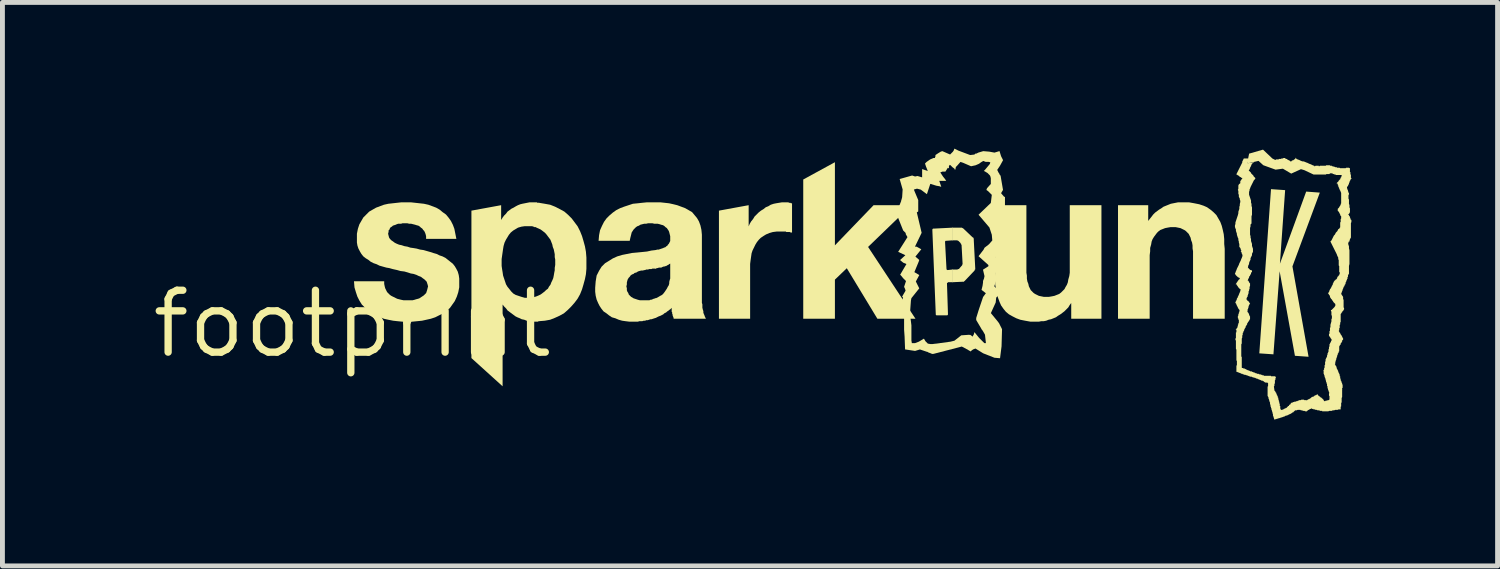
<source format=kicad_pcb>
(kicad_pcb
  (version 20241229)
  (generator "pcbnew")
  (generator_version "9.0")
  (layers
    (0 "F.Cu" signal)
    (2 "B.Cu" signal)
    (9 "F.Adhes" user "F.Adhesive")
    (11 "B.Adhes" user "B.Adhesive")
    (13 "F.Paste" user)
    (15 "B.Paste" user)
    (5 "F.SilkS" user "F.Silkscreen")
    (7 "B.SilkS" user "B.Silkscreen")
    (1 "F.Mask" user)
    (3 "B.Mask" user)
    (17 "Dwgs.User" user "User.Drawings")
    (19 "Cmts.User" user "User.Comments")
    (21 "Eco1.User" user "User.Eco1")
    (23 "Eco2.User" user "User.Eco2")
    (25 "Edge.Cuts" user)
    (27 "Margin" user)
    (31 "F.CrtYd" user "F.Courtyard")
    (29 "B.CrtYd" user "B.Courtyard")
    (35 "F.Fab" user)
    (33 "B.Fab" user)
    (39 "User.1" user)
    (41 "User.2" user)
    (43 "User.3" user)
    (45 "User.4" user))
  (footprint "footprint"
    (layer "F.Cu")
    (at 4.18 3.597)
    (property "Reference" "footprint" (at 0 0 0) (layer "F.SilkS") (effects (font (size 1.27 1.27) (thickness 0.15))))
    (fp_poly (pts (xy 12.645 0.538) (xy 12.509 0.465) (xy 11.931 0.615) (xy 11.895 0.615) (xy 11.895 0.416) (xy 12.279 0.365) (xy 12.358 0.345) (xy 12.498 0.235) (xy 12.645 0.225)) (stroke (width 0) (type solid)) (fill yes) (layer "F.SilkS"))
    (fp_poly (pts (xy 19.145 -2.745) (xy 19.038 -1.235) (xy 19.577 -2.715) (xy 19.857 -2.694) (xy 19.295 -1.18) (xy 19.626 0.675) (xy 19.346 0.655) (xy 19.032 -1.08) (xy 18.905 0.625) (xy 18.615 0.605) (xy 18.855 -2.765)) (stroke (width 0) (type solid)) (fill yes) (layer "F.SilkS"))
    (fp_poly (pts (xy 9.905 -1.612) (xy 10.698 -2.435) (xy 11.472 -2.435) (xy 10.586 -1.579) (xy 11.559 -0.105) (xy 10.777 -0.105) (xy 10.149 -1.142) (xy 9.905 -0.908) (xy 9.905 -0.105) (xy 9.255 -0.105) (xy 9.255 -2.963) (xy 9.905 -3.318)) (stroke (width 0) (type solid)) (fill yes) (layer "F.SilkS"))
    (fp_poly (pts (xy 12.325 -1.715) (xy 12.19 -1.705) (xy 12.175 -1.705) (xy 12.175 -1.695) (xy 12.165 -1.695) (xy 12.165 -1.69) (xy 12.195 -1.13) (xy 12.195 -1.115) (xy 12.202 -1.115) (xy 12.212 -1.105) (xy 12.22 -1.105) (xy 12.325 -1.116) (xy 12.325 -0.855) (xy 12.225 -0.855) (xy 12.225 -0.845) (xy 12.212 -0.845) (xy 12.205 -0.838) (xy 12.205 -0.83) (xy 12.225 -0.21) (xy 12.225 -0.185) (xy 12.215 -0.185) (xy 12.215 -0.175) (xy 11.988 -0.175) (xy 11.975 -0.188) (xy 11.975 -0.2) (xy 11.905 -1.92) (xy 11.905 -1.945) (xy 11.915 -1.945) (xy 11.915 -1.955) (xy 11.93 -1.955) (xy 12.325 -1.975)) (stroke (width 0) (type solid)) (fill yes) (layer "F.SilkS"))
    (fp_poly (pts (xy 12.522 -1.965) (xy 12.532 -1.965) (xy 12.732 -1.775) (xy 12.745 -1.775) (xy 12.745 -1.762) (xy 12.755 -1.752) (xy 12.755 -1.72) (xy 12.785 -1.14) (xy 12.785 -1.115) (xy 12.775 -1.115) (xy 12.775 -1.095) (xy 12.765 -1.095) (xy 12.765 -1.088) (xy 12.574 -0.887) (xy 12.562 -0.875) (xy 12.555 -0.875) (xy 12.555 -0.865) (xy 12.53 -0.865) (xy 12.315 -0.855) (xy 12.315 -1.115) (xy 12.425 -1.115) (xy 12.425 -1.125) (xy 12.448 -1.125) (xy 12.456 -1.133) (xy 12.508 -1.195) (xy 12.515 -1.195) (xy 12.515 -1.212) (xy 12.525 -1.222) (xy 12.525 -1.24) (xy 12.505 -1.61) (xy 12.505 -1.625) (xy 12.495 -1.625) (xy 12.495 -1.645) (xy 12.485 -1.645) (xy 12.485 -1.658) (xy 12.438 -1.705) (xy 12.428 -1.705) (xy 12.418 -1.715) (xy 12.315 -1.715) (xy 12.315 -1.975) (xy 12.512 -1.975)) (stroke (width 0) (type solid)) (fill yes) (layer "F.SilkS"))
    (fp_poly (pts (xy 8.962 -2.485) (xy 8.992 -2.485) (xy 9.002 -2.475) (xy 9.025 -2.475) (xy 9.025 -1.875) (xy 8.999 -1.875) (xy 8.979 -1.885) (xy 8.908 -1.885) (xy 8.898 -1.895) (xy 8.71 -1.895) (xy 8.631 -1.885) (xy 8.562 -1.865) (xy 8.492 -1.836) (xy 8.443 -1.806) (xy 8.383 -1.766) (xy 8.344 -1.727) (xy 8.304 -1.677) (xy 8.274 -1.628) (xy 8.215 -1.508) (xy 8.195 -1.449) (xy 8.175 -1.309) (xy 8.165 -1.23) (xy 8.165 -0.105) (xy 7.525 -0.105) (xy 7.525 -2.324) (xy 8.135 -2.436) (xy 8.135 -2.005) (xy 8.137 -2.005) (xy 8.156 -2.052) (xy 8.186 -2.103) (xy 8.226 -2.153) (xy 8.256 -2.203) (xy 8.337 -2.284) (xy 8.387 -2.324) (xy 8.437 -2.354) (xy 8.487 -2.394) (xy 8.538 -2.414) (xy 8.588 -2.445) (xy 8.649 -2.465) (xy 8.699 -2.475) (xy 8.82 -2.495) (xy 8.952 -2.495)) (stroke (width 0) (type solid)) (fill yes) (layer "F.SilkS"))
    (fp_poly (pts (xy 20.225 0.965) (xy 20.235 0.965) (xy 20.235 0.988) (xy 20.245 0.998) (xy 20.245 1.008) (xy 20.255 1.018) (xy 20.255 1.035) (xy 20.265 1.035) (xy 20.265 1.075) (xy 20.275 1.075) (xy 20.275 1.118) (xy 20.285 1.128) (xy 20.285 1.158) (xy 20.295 1.168) (xy 20.295 1.178) (xy 20.305 1.188) (xy 20.305 1.208) (xy 20.315 1.218) (xy 20.315 1.238) (xy 20.325 1.248) (xy 20.325 1.315) (xy 20.315 1.315) (xy 20.315 1.345) (xy 20.025 1.345) (xy 20.025 1.325) (xy 20.015 1.325) (xy 20.015 1.282) (xy 20.005 1.272) (xy 20.005 1.232) (xy 19.995 1.222) (xy 19.995 1.202) (xy 19.985 1.192) (xy 19.985 1.171) (xy 19.975 1.151) (xy 19.975 1.131) (xy 19.965 1.111) (xy 19.965 1.102) (xy 19.955 1.092) (xy 19.955 1.062) (xy 19.945 1.052) (xy 19.945 1.041) (xy 19.935 1.021) (xy 19.935 0.945) (xy 20.225 0.945)) (stroke (width 0) (type solid)) (fill yes) (layer "F.SilkS"))
    (fp_poly (pts (xy 13.835 -1.05) (xy 13.845 -0.99) (xy 13.845 -0.93) (xy 13.855 -0.871) (xy 13.875 -0.821) (xy 13.885 -0.772) (xy 13.924 -0.693) (xy 13.983 -0.634) (xy 14.013 -0.614) (xy 14.092 -0.575) (xy 14.19 -0.555) (xy 14.3 -0.555) (xy 14.359 -0.565) (xy 14.409 -0.575) (xy 14.508 -0.614) (xy 14.547 -0.644) (xy 14.616 -0.713) (xy 14.636 -0.752) (xy 14.666 -0.802) (xy 14.685 -0.851) (xy 14.695 -0.911) (xy 14.715 -0.981) (xy 14.725 -1.05) (xy 14.725 -2.435) (xy 15.375 -2.435) (xy 15.375 -0.105) (xy 14.755 -0.105) (xy 14.755 -0.425) (xy 14.752 -0.425) (xy 14.724 -0.387) (xy 14.694 -0.337) (xy 14.613 -0.256) (xy 14.533 -0.196) (xy 14.483 -0.166) (xy 14.442 -0.136) (xy 14.341 -0.095) (xy 14.291 -0.085) (xy 14.241 -0.065) (xy 14.19 -0.055) (xy 14.14 -0.055) (xy 14.09 -0.045) (xy 13.92 -0.045) (xy 13.809 -0.065) (xy 13.709 -0.085) (xy 13.628 -0.115) (xy 13.548 -0.156) (xy 13.477 -0.196) (xy 13.416 -0.246) (xy 13.366 -0.307) (xy 13.316 -0.378) (xy 13.285 -0.448) (xy 13.225 -0.609) (xy 13.215 -0.699) (xy 13.195 -0.8) (xy 13.195 -2.435) (xy 13.835 -2.435)) (stroke (width 0) (type solid)) (fill yes) (layer "F.SilkS"))
    (fp_poly (pts (xy 17.281 -2.475) (xy 17.381 -2.455) (xy 17.472 -2.425) (xy 17.542 -2.394) (xy 17.613 -2.344) (xy 17.673 -2.294) (xy 17.734 -2.233) (xy 17.815 -2.092) (xy 17.845 -2.011) (xy 17.865 -1.931) (xy 17.885 -1.841) (xy 17.895 -1.74) (xy 17.895 -1.64) (xy 17.905 -1.54) (xy 17.905 -0.105) (xy 17.255 -0.105) (xy 17.255 -1.49) (xy 17.245 -1.55) (xy 17.245 -1.61) (xy 17.235 -1.669) (xy 17.215 -1.719) (xy 17.205 -1.768) (xy 17.166 -1.847) (xy 17.107 -1.906) (xy 17.077 -1.926) (xy 16.998 -1.965) (xy 16.9 -1.985) (xy 16.79 -1.985) (xy 16.731 -1.975) (xy 16.681 -1.965) (xy 16.582 -1.926) (xy 16.543 -1.896) (xy 16.514 -1.867) (xy 16.454 -1.787) (xy 16.424 -1.738) (xy 16.405 -1.689) (xy 16.395 -1.629) (xy 16.375 -1.559) (xy 16.375 -1.49) (xy 16.365 -1.41) (xy 16.365 -0.105) (xy 15.715 -0.105) (xy 15.715 -2.435) (xy 16.335 -2.435) (xy 16.335 -2.115) (xy 16.337 -2.115) (xy 16.366 -2.153) (xy 16.406 -2.203) (xy 16.436 -2.243) (xy 16.477 -2.284) (xy 16.557 -2.344) (xy 16.607 -2.374) (xy 16.648 -2.404) (xy 16.799 -2.465) (xy 16.95 -2.495) (xy 17.17 -2.495)) (stroke (width 0) (type solid)) (fill yes) (layer "F.SilkS"))
    (fp_poly (pts (xy 3.951 -2.465) (xy 4.061 -2.445) (xy 4.162 -2.405) (xy 4.262 -2.354) (xy 4.353 -2.304) (xy 4.433 -2.234) (xy 4.504 -2.163) (xy 4.624 -2.003) (xy 4.675 -1.902) (xy 4.715 -1.802) (xy 4.745 -1.701) (xy 4.775 -1.591) (xy 4.795 -1.481) (xy 4.805 -1.36) (xy 4.805 -1.13) (xy 4.795 -1.019) (xy 4.775 -0.919) (xy 4.745 -0.809) (xy 4.715 -0.708) (xy 4.675 -0.608) (xy 4.624 -0.517) (xy 4.564 -0.437) (xy 4.494 -0.357) (xy 4.423 -0.286) (xy 4.343 -0.216) (xy 4.252 -0.166) (xy 4.162 -0.125) (xy 4.061 -0.085) (xy 3.951 -0.065) (xy 3.825 -0.055) (xy 3.825 -0.583) (xy 3.867 -0.604) (xy 3.947 -0.664) (xy 3.977 -0.694) (xy 4.016 -0.723) (xy 4.036 -0.763) (xy 4.066 -0.802) (xy 4.085 -0.852) (xy 4.105 -0.892) (xy 4.125 -0.941) (xy 4.135 -0.991) (xy 4.145 -1.051) (xy 4.155 -1.1) (xy 4.155 -1.15) (xy 4.165 -1.21) (xy 4.165 -1.32) (xy 4.155 -1.37) (xy 4.155 -1.43) (xy 4.135 -1.529) (xy 4.115 -1.579) (xy 4.105 -1.629) (xy 4.066 -1.728) (xy 3.976 -1.847) (xy 3.947 -1.876) (xy 3.867 -1.936) (xy 3.825 -1.957) (xy 3.825 -2.486)) (stroke (width 0) (type solid)) (fill yes) (layer "F.SilkS"))
    (fp_poly (pts (xy 3.795 -2.485) (xy 3.835 -2.485) (xy 3.835 -1.948) (xy 3.818 -1.965) (xy 3.798 -1.965) (xy 3.788 -1.975) (xy 3.778 -1.975) (xy 3.768 -1.985) (xy 3.738 -1.985) (xy 3.728 -1.995) (xy 3.708 -1.995) (xy 3.698 -2.005) (xy 3.54 -2.005) (xy 3.471 -1.995) (xy 3.402 -1.975) (xy 3.303 -1.916) (xy 3.254 -1.876) (xy 3.214 -1.827) (xy 3.154 -1.728) (xy 3.125 -1.668) (xy 3.105 -1.599) (xy 3.095 -1.539) (xy 3.065 -1.33) (xy 3.065 -1.19) (xy 3.075 -1.121) (xy 3.085 -1.061) (xy 3.095 -0.991) (xy 3.155 -0.812) (xy 3.184 -0.763) (xy 3.264 -0.663) (xy 3.303 -0.624) (xy 3.352 -0.595) (xy 3.471 -0.555) (xy 3.541 -0.535) (xy 3.669 -0.535) (xy 3.689 -0.545) (xy 3.728 -0.545) (xy 3.738 -0.555) (xy 3.758 -0.555) (xy 3.768 -0.565) (xy 3.788 -0.565) (xy 3.798 -0.575) (xy 3.818 -0.575) (xy 3.835 -0.592) (xy 3.835 -0.055) (xy 3.815 -0.055) (xy 3.815 -0.045) (xy 3.73 -0.045) (xy 3.68 -0.055) (xy 3.63 -0.055) (xy 3.579 -0.065) (xy 3.529 -0.085) (xy 3.478 -0.095) (xy 3.438 -0.115) (xy 3.388 -0.135) (xy 3.347 -0.156) (xy 3.186 -0.276) (xy 3.156 -0.317) (xy 3.116 -0.357) (xy 3.087 -0.395) (xy 3.085 -0.395) (xy 3.085 1.281) (xy 2.445 0.702) (xy 2.445 -2.324) (xy 3.055 -2.436) (xy 3.055 -2.135) (xy 3.057 -2.135) (xy 3.086 -2.183) (xy 3.116 -2.223) (xy 3.156 -2.263) (xy 3.186 -2.304) (xy 3.267 -2.364) (xy 3.308 -2.384) (xy 3.358 -2.414) (xy 3.398 -2.435) (xy 3.448 -2.455) (xy 3.489 -2.465) (xy 3.64 -2.495) (xy 3.795 -2.495)) (stroke (width 0) (type solid)) (fill yes) (layer "F.SilkS"))
    (fp_poly (pts (xy 6.235 -1.135) (xy 6.161 -1.135) (xy 6.141 -1.125) (xy 6.091 -1.125) (xy 6.071 -1.115) (xy 6.031 -1.115) (xy 6.011 -1.105) (xy 6.001 -1.105) (xy 5.961 -1.095) (xy 5.931 -1.095) (xy 5.891 -1.085) (xy 5.862 -1.075) (xy 5.832 -1.055) (xy 5.793 -1.045) (xy 5.773 -1.026) (xy 5.742 -1.015) (xy 5.714 -0.996) (xy 5.694 -0.967) (xy 5.674 -0.947) (xy 5.655 -0.918) (xy 5.645 -0.889) (xy 5.635 -0.849) (xy 5.635 -0.809) (xy 5.625 -0.77) (xy 5.635 -0.731) (xy 5.635 -0.691) (xy 5.645 -0.662) (xy 5.665 -0.632) (xy 5.674 -0.603) (xy 5.723 -0.554) (xy 5.743 -0.544) (xy 5.772 -0.525) (xy 5.861 -0.495) (xy 5.901 -0.485) (xy 6.099 -0.485) (xy 6.119 -0.495) (xy 6.139 -0.495) (xy 6.159 -0.505) (xy 6.168 -0.505) (xy 6.178 -0.515) (xy 6.198 -0.515) (xy 6.208 -0.525) (xy 6.235 -0.525) (xy 6.235 -0.126) (xy 6.141 -0.095) (xy 6.121 -0.095) (xy 6.061 -0.075) (xy 6.031 -0.075) (xy 6.011 -0.065) (xy 5.981 -0.065) (xy 5.951 -0.055) (xy 5.891 -0.055) (xy 5.861 -0.045) (xy 5.69 -0.045) (xy 5.609 -0.055) (xy 5.539 -0.065) (xy 5.468 -0.085) (xy 5.398 -0.115) (xy 5.328 -0.135) (xy 5.267 -0.176) (xy 5.217 -0.216) (xy 5.157 -0.256) (xy 5.116 -0.307) (xy 5.076 -0.367) (xy 5.045 -0.428) (xy 5.015 -0.498) (xy 4.995 -0.579) (xy 4.985 -0.66) (xy 4.985 -0.74) (xy 4.995 -0.871) (xy 5.015 -0.992) (xy 5.066 -1.092) (xy 5.116 -1.173) (xy 5.187 -1.244) (xy 5.348 -1.344) (xy 5.438 -1.385) (xy 5.539 -1.415) (xy 5.739 -1.455) (xy 5.85 -1.465) (xy 6.049 -1.485) (xy 6.139 -1.505) (xy 6.235 -1.516)) (stroke (width 0) (type solid)) (fill yes) (layer "F.SilkS"))
    (fp_poly (pts (xy 6.501 -2.475) (xy 6.591 -2.455) (xy 6.671 -2.435) (xy 6.832 -2.375) (xy 6.973 -2.294) (xy 7.074 -2.173) (xy 7.115 -2.102) (xy 7.145 -2.021) (xy 7.165 -1.931) (xy 7.175 -1.83) (xy 7.175 -0.431) (xy 7.185 -0.401) (xy 7.185 -0.331) (xy 7.195 -0.291) (xy 7.205 -0.261) (xy 7.205 -0.231) (xy 7.215 -0.202) (xy 7.225 -0.182) (xy 7.235 -0.152) (xy 7.258 -0.105) (xy 6.595 -0.105) (xy 6.595 -0.128) (xy 6.585 -0.138) (xy 6.585 -0.149) (xy 6.575 -0.169) (xy 6.575 -0.189) (xy 6.565 -0.209) (xy 6.565 -0.238) (xy 6.555 -0.248) (xy 6.555 -0.319) (xy 6.55 -0.329) (xy 6.544 -0.317) (xy 6.523 -0.296) (xy 6.503 -0.286) (xy 6.483 -0.266) (xy 6.463 -0.256) (xy 6.443 -0.236) (xy 6.403 -0.216) (xy 6.383 -0.196) (xy 6.322 -0.165) (xy 6.292 -0.155) (xy 6.225 -0.122) (xy 6.225 -0.523) (xy 6.268 -0.544) (xy 6.318 -0.574) (xy 6.357 -0.594) (xy 6.386 -0.623) (xy 6.416 -0.663) (xy 6.456 -0.723) (xy 6.476 -0.763) (xy 6.495 -0.792) (xy 6.505 -0.831) (xy 6.505 -0.861) (xy 6.515 -0.901) (xy 6.525 -0.931) (xy 6.525 -1.238) (xy 6.523 -1.236) (xy 6.503 -1.226) (xy 6.493 -1.216) (xy 6.453 -1.196) (xy 6.442 -1.185) (xy 6.421 -1.185) (xy 6.401 -1.175) (xy 6.381 -1.175) (xy 6.341 -1.155) (xy 6.291 -1.155) (xy 6.271 -1.145) (xy 6.251 -1.145) (xy 6.225 -1.132) (xy 6.225 -1.514) (xy 6.259 -1.525) (xy 6.289 -1.525) (xy 6.378 -1.555) (xy 6.398 -1.565) (xy 6.427 -1.574) (xy 6.447 -1.594) (xy 6.466 -1.604) (xy 6.476 -1.623) (xy 6.496 -1.643) (xy 6.525 -1.701) (xy 6.525 -1.799) (xy 6.505 -1.879) (xy 6.495 -1.908) (xy 6.456 -1.966) (xy 6.427 -1.986) (xy 6.407 -2.006) (xy 6.378 -2.025) (xy 6.339 -2.035) (xy 6.309 -2.045) (xy 6.269 -2.055) (xy 6.199 -2.055) (xy 6.159 -2.065) (xy 6.071 -2.065) (xy 6.031 -2.055) (xy 5.991 -2.055) (xy 5.912 -2.035) (xy 5.882 -2.015) (xy 5.852 -2.005) (xy 5.823 -1.986) (xy 5.774 -1.937) (xy 5.735 -1.878) (xy 5.705 -1.759) (xy 5.694 -1.705) (xy 5.055 -1.705) (xy 5.065 -1.821) (xy 5.085 -1.922) (xy 5.125 -2.012) (xy 5.166 -2.093) (xy 5.216 -2.163) (xy 5.277 -2.224) (xy 5.347 -2.284) (xy 5.417 -2.334) (xy 5.498 -2.375) (xy 5.578 -2.405) (xy 5.759 -2.465) (xy 5.86 -2.475) (xy 5.949 -2.485) (xy 6.05 -2.495) (xy 6.32 -2.495)) (stroke (width 0) (type solid)) (fill yes) (layer "F.SilkS"))
    (fp_poly (pts (xy 1.471 -2.465) (xy 1.561 -2.445) (xy 1.722 -2.385) (xy 1.793 -2.344) (xy 1.853 -2.294) (xy 1.923 -2.244) (xy 1.974 -2.183) (xy 2.024 -2.113) (xy 2.065 -2.032) (xy 2.095 -1.951) (xy 2.136 -1.745) (xy 1.515 -1.745) (xy 1.515 -1.799) (xy 1.505 -1.839) (xy 1.495 -1.868) (xy 1.476 -1.907) (xy 1.456 -1.927) (xy 1.436 -1.956) (xy 1.407 -1.976) (xy 1.387 -1.996) (xy 1.358 -2.015) (xy 1.319 -2.025) (xy 1.289 -2.035) (xy 1.209 -2.055) (xy 1.169 -2.055) (xy 1.129 -2.065) (xy 1.031 -2.065) (xy 1.001 -2.055) (xy 0.941 -2.055) (xy 0.912 -2.045) (xy 0.892 -2.035) (xy 0.833 -2.016) (xy 0.813 -1.996) (xy 0.793 -1.986) (xy 0.774 -1.967) (xy 0.764 -1.937) (xy 0.745 -1.918) (xy 0.745 -1.889) (xy 0.735 -1.85) (xy 0.755 -1.772) (xy 0.774 -1.743) (xy 0.803 -1.714) (xy 0.833 -1.694) (xy 0.873 -1.664) (xy 0.912 -1.645) (xy 0.961 -1.625) (xy 1.011 -1.615) (xy 1.071 -1.595) (xy 1.131 -1.585) (xy 1.191 -1.565) (xy 1.261 -1.555) (xy 1.321 -1.545) (xy 1.391 -1.525) (xy 1.461 -1.515) (xy 1.601 -1.475) (xy 1.661 -1.455) (xy 1.732 -1.435) (xy 1.792 -1.405) (xy 1.852 -1.385) (xy 1.913 -1.354) (xy 2.064 -1.234) (xy 2.104 -1.183) (xy 2.134 -1.132) (xy 2.165 -1.072) (xy 2.185 -1.001) (xy 2.195 -0.93) (xy 2.195 -0.75) (xy 2.175 -0.649) (xy 2.145 -0.558) (xy 2.104 -0.468) (xy 2.004 -0.327) (xy 1.933 -0.266) (xy 1.863 -0.216) (xy 1.702 -0.135) (xy 1.611 -0.105) (xy 1.431 -0.065) (xy 1.23 -0.045) (xy 1.03 -0.045) (xy 0.929 -0.055) (xy 0.839 -0.065) (xy 0.739 -0.085) (xy 0.648 -0.105) (xy 0.558 -0.145) (xy 0.468 -0.175) (xy 0.397 -0.226) (xy 0.317 -0.276) (xy 0.196 -0.397) (xy 0.146 -0.478) (xy 0.105 -0.558) (xy 0.075 -0.648) (xy 0.045 -0.749) (xy 0.035 -0.875) (xy 0.655 -0.875) (xy 0.655 -0.82) (xy 0.665 -0.771) (xy 0.675 -0.732) (xy 0.714 -0.653) (xy 0.773 -0.594) (xy 0.803 -0.574) (xy 0.922 -0.515) (xy 1.001 -0.495) (xy 1.05 -0.485) (xy 1.239 -0.485) (xy 1.279 -0.495) (xy 1.309 -0.505) (xy 1.349 -0.515) (xy 1.378 -0.525) (xy 1.467 -0.584) (xy 1.516 -0.633) (xy 1.535 -0.691) (xy 1.555 -0.77) (xy 1.545 -0.809) (xy 1.526 -0.867) (xy 1.477 -0.916) (xy 1.447 -0.936) (xy 1.408 -0.966) (xy 1.358 -0.985) (xy 1.318 -1.005) (xy 1.259 -1.025) (xy 1.199 -1.035) (xy 1.139 -1.055) (xy 1.069 -1.075) (xy 0.989 -1.085) (xy 0.919 -1.105) (xy 0.829 -1.125) (xy 0.759 -1.145) (xy 0.699 -1.155) (xy 0.558 -1.195) (xy 0.498 -1.225) (xy 0.438 -1.245) (xy 0.377 -1.276) (xy 0.327 -1.316) (xy 0.277 -1.346) (xy 0.226 -1.386) (xy 0.186 -1.437) (xy 0.156 -1.488) (xy 0.125 -1.548) (xy 0.105 -1.609) (xy 0.095 -1.67) (xy 0.095 -1.85) (xy 0.115 -1.951) (xy 0.145 -2.042) (xy 0.226 -2.183) (xy 0.347 -2.304) (xy 0.488 -2.385) (xy 0.649 -2.445) (xy 0.739 -2.465) (xy 1.01 -2.495) (xy 1.2 -2.495)) (stroke (width 0) (type solid)) (fill yes) (layer "F.SilkS"))
    (fp_poly (pts (xy 12.442 -3.555) (xy 12.681 -3.465) (xy 12.768 -3.475) (xy 12.788 -3.495) (xy 12.809 -3.495) (xy 12.848 -3.515) (xy 12.949 -3.545) (xy 13.071 -3.535) (xy 13.18 -3.515) (xy 13.283 -3.546) (xy 13.315 -3.442) (xy 13.356 -3.36) (xy 13.294 -3.247) (xy 13.236 -3.16) (xy 13.264 -3.103) (xy 13.285 -3.072) (xy 13.285 -3.062) (xy 13.305 -3.042) (xy 13.355 -2.749) (xy 13.324 -2.698) (xy 13.316 -2.681) (xy 13.373 -2.614) (xy 13.395 -2.603) (xy 13.395 -2.42) (xy 13.415 -2.319) (xy 13.373 -2.246) (xy 13.344 -2.236) (xy 13.335 -2.219) (xy 13.385 -1.719) (xy 13.364 -1.688) (xy 13.304 -1.548) (xy 13.205 -1.37) (xy 13.296 -1.129) (xy 13.205 -1.048) (xy 13.215 -0.94) (xy 13.215 -0.889) (xy 13.176 -0.771) (xy 13.307 -0.64) (xy 13.215 -0.538) (xy 13.205 -0.439) (xy 13.106 -0.221) (xy 13.244 -0.053) (xy 13.274 -0.013) (xy 13.335 0.109) (xy 13.325 0.46) (xy 13.294 0.705) (xy 13.179 0.695) (xy 12.948 0.604) (xy 12.79 0.506) (xy 12.742 0.524) (xy 12.713 0.544) (xy 12.691 0.566) (xy 12.635 0.533) (xy 12.635 0.225) (xy 12.682 0.225) (xy 12.713 0.246) (xy 12.729 0.262) (xy 12.755 0.218) (xy 12.768 0.169) (xy 12.864 0.287) (xy 12.972 0.395) (xy 13.004 0.395) (xy 12.985 0.222) (xy 12.946 0.153) (xy 12.926 0.123) (xy 12.916 0.113) (xy 12.906 0.092) (xy 12.805 -0.079) (xy 12.805 -0.121) (xy 12.855 -0.282) (xy 12.946 -0.552) (xy 13.003 -0.629) (xy 12.914 -0.698) (xy 12.935 -0.781) (xy 12.945 -0.85) (xy 12.945 -0.881) (xy 12.965 -0.931) (xy 12.975 -0.98) (xy 12.944 -1.112) (xy 13.055 -1.183) (xy 13.055 -1.208) (xy 12.853 -1.389) (xy 12.956 -1.523) (xy 12.976 -1.563) (xy 13.067 -1.634) (xy 13.135 -1.712) (xy 13.125 -1.829) (xy 13.076 -1.978) (xy 12.853 -2.24) (xy 13.105 -2.482) (xy 13.125 -2.648) (xy 13.047 -2.726) (xy 13.014 -2.748) (xy 13.026 -2.783) (xy 13.105 -2.872) (xy 13.105 -2.989) (xy 13.095 -3.028) (xy 13.086 -3.047) (xy 13.037 -3.096) (xy 12.988 -3.126) (xy 12.962 -3.139) (xy 12.986 -3.163) (xy 13.085 -3.282) (xy 13.094 -3.316) (xy 13.059 -3.325) (xy 12.999 -3.325) (xy 12.95 -3.344) (xy 12.903 -3.316) (xy 12.863 -3.286) (xy 12.792 -3.255) (xy 12.699 -3.235) (xy 12.538 -3.305) (xy 12.482 -3.324) (xy 12.414 -3.247) (xy 12.385 -3.218) (xy 12.385 -3.199) (xy 12.371 -3.157) (xy 12.356 -3.187) (xy 12.317 -3.216) (xy 12.277 -3.256) (xy 12.262 -3.264) (xy 12.245 -3.238) (xy 12.245 -3.192) (xy 12.222 -3.203) (xy 12.173 -3.125) (xy 12.111 -3.125) (xy 12.068 -3.108) (xy 12.124 -3.023) (xy 12.164 -2.973) (xy 12.189 -2.935) (xy 12.047 -2.935) (xy 12.088 -2.812) (xy 12.049 -2.825) (xy 11.989 -2.835) (xy 11.863 -2.874) (xy 11.793 -2.662) (xy 11.668 -2.755) (xy 11.59 -2.775) (xy 11.526 -2.757) (xy 11.535 -2.732) (xy 11.615 -2.541) (xy 11.615 -2.307) (xy 11.586 -2.288) (xy 11.685 -1.869) (xy 11.548 -1.585) (xy 11.581 -1.585) (xy 11.678 -1.531) (xy 11.557 -1.381) (xy 11.636 -1.312) (xy 11.625 -1.278) (xy 11.536 -1.062) (xy 11.637 -1.002) (xy 11.566 -0.87) (xy 11.636 -0.729) (xy 11.475 -0.528) (xy 11.465 -0.479) (xy 11.445 -0.2) (xy 11.465 -0.051) (xy 11.475 0.03) (xy 11.475 0.34) (xy 11.484 0.395) (xy 11.549 0.395) (xy 11.628 0.365) (xy 11.732 0.303) (xy 11.764 0.357) (xy 11.812 0.405) (xy 11.87 0.415) (xy 11.905 0.415) (xy 11.905 0.617) (xy 11.817 0.584) (xy 11.808 0.575) (xy 11.799 0.575) (xy 11.65 0.525) (xy 11.55 0.555) (xy 11.345 0.524) (xy 11.335 0.26) (xy 11.325 0.12) (xy 11.325 -0.109) (xy 11.305 -0.169) (xy 11.275 -0.41) (xy 11.285 -0.481) (xy 11.304 -0.539) (xy 11.284 -0.559) (xy 11.355 -0.681) (xy 11.345 -0.718) (xy 11.325 -0.76) (xy 11.364 -0.879) (xy 11.306 -0.937) (xy 11.266 -0.987) (xy 11.244 -1.009) (xy 11.276 -1.063) (xy 11.276 -1.063) (xy 11.373 -1.228) (xy 11.307 -1.256) (xy 11.242 -1.31) (xy 11.351 -1.409) (xy 11.203 -1.478) (xy 11.394 -1.78) (xy 11.354 -1.851) (xy 11.363 -1.86) (xy 11.306 -1.917) (xy 11.165 -2.27) (xy 11.265 -2.521) (xy 11.265 -2.531) (xy 11.275 -2.561) (xy 11.285 -2.601) (xy 11.295 -2.759) (xy 11.234 -2.973) (xy 11.49 -3.045) (xy 11.55 -3.025) (xy 11.6 -3.035) (xy 11.695 -3.007) (xy 11.695 -3.177) (xy 11.811 -3.138) (xy 11.775 -3.228) (xy 11.754 -3.291) (xy 11.787 -3.324) (xy 11.858 -3.374) (xy 11.929 -3.405) (xy 11.956 -3.405) (xy 11.965 -3.432) (xy 11.974 -3.449) (xy 11.962 -3.461) (xy 12.027 -3.504) (xy 12.078 -3.535) (xy 12.11 -3.545) (xy 12.269 -3.476) (xy 12.326 -3.533) (xy 12.345 -3.562) (xy 12.357 -3.597)) (stroke (width 0) (type solid)) (fill yes) (layer "F.SilkS"))
    (fp_poly (pts (xy 18.883 -3.394) (xy 18.941 -3.365) (xy 18.948 -3.365) (xy 18.958 -3.375) (xy 19.015 -3.375) (xy 19.015 -3.385) (xy 19.065 -3.385) (xy 19.065 -3.395) (xy 19.105 -3.395) (xy 19.105 -3.405) (xy 19.145 -3.405) (xy 19.145 -3.395) (xy 19.152 -3.395) (xy 19.162 -3.385) (xy 19.185 -3.385) (xy 19.185 -3.375) (xy 19.192 -3.375) (xy 19.202 -3.365) (xy 19.212 -3.365) (xy 19.222 -3.355) (xy 19.232 -3.355) (xy 19.252 -3.335) (xy 19.275 -3.335) (xy 19.275 -3.345) (xy 19.285 -3.345) (xy 19.285 -3.355) (xy 19.308 -3.355) (xy 19.318 -3.365) (xy 19.325 -3.365) (xy 19.325 -3.375) (xy 19.338 -3.375) (xy 19.348 -3.385) (xy 19.355 -3.385) (xy 19.355 -3.412) (xy 19.383 -3.384) (xy 19.402 -3.375) (xy 19.432 -3.365) (xy 19.472 -3.345) (xy 19.501 -3.335) (xy 19.521 -3.335) (xy 19.552 -3.325) (xy 19.572 -3.315) (xy 19.602 -3.305) (xy 19.642 -3.285) (xy 19.672 -3.275) (xy 19.712 -3.255) (xy 19.745 -3.244) (xy 19.745 -3.235) (xy 19.758 -3.235) (xy 19.768 -3.245) (xy 19.835 -3.245) (xy 19.835 -3.235) (xy 19.848 -3.235) (xy 19.858 -3.245) (xy 19.978 -3.245) (xy 19.988 -3.255) (xy 20.062 -3.255) (xy 20.072 -3.245) (xy 20.105 -3.245) (xy 20.105 -3.235) (xy 20.132 -3.235) (xy 20.142 -3.225) (xy 20.162 -3.225) (xy 20.172 -3.215) (xy 20.202 -3.215) (xy 20.212 -3.205) (xy 20.262 -3.205) (xy 20.272 -3.195) (xy 20.388 -3.195) (xy 20.398 -3.205) (xy 20.451 -3.205) (xy 20.475 -3.193) (xy 20.475 -3.115) (xy 20.485 -3.115) (xy 20.485 -3.065) (xy 20.495 -3.065) (xy 20.495 -2.995) (xy 20.505 -2.995) (xy 20.505 -2.975) (xy 20.495 -2.975) (xy 20.495 -2.968) (xy 20.485 -2.958) (xy 20.485 -2.948) (xy 20.475 -2.938) (xy 20.475 -2.928) (xy 20.465 -2.918) (xy 20.465 -2.895) (xy 20.455 -2.895) (xy 20.455 -2.865) (xy 20.445 -2.865) (xy 20.445 -2.845) (xy 20.435 -2.845) (xy 20.435 -2.825) (xy 20.425 -2.825) (xy 20.425 -2.815) (xy 20.415 -2.815) (xy 20.415 -2.805) (xy 20.412 -2.805) (xy 20.415 -2.802) (xy 20.415 -2.775) (xy 20.425 -2.775) (xy 20.425 -2.745) (xy 20.435 -2.745) (xy 20.435 -2.715) (xy 20.445 -2.715) (xy 20.445 -2.692) (xy 20.455 -2.682) (xy 20.455 -2.659) (xy 20.445 -2.639) (xy 20.445 -2.571) (xy 20.455 -2.551) (xy 20.455 -2.461) (xy 20.465 -2.441) (xy 20.465 -2.391) (xy 20.475 -2.371) (xy 20.475 -2.288) (xy 20.465 -2.278) (xy 20.465 -2.265) (xy 20.455 -2.265) (xy 20.455 -2.255) (xy 20.445 -2.255) (xy 20.445 -2.235) (xy 20.455 -2.235) (xy 20.455 -2.222) (xy 20.465 -2.212) (xy 20.465 -2.205) (xy 20.475 -2.205) (xy 20.475 -2.182) (xy 20.485 -2.172) (xy 20.485 -2.145) (xy 20.495 -2.145) (xy 20.495 -2.135) (xy 20.505 -2.135) (xy 20.505 -2.089) (xy 20.495 -2.069) (xy 20.495 -1.765) (xy 20.485 -1.765) (xy 20.485 -1.745) (xy 20.475 -1.745) (xy 20.475 -1.728) (xy 20.465 -1.718) (xy 20.465 -1.712) (xy 20.482 -1.695) (xy 20.455 -1.695) (xy 20.455 -1.685) (xy 20.445 -1.685) (xy 20.445 -1.655) (xy 20.436 -1.655) (xy 20.445 -1.621) (xy 20.455 -1.591) (xy 20.455 -1.551) (xy 20.465 -1.511) (xy 20.465 -1.229) (xy 20.455 -1.189) (xy 20.455 -1.025) (xy 20.445 -1.025) (xy 20.445 -1.008) (xy 20.435 -0.998) (xy 20.435 -0.968) (xy 20.425 -0.958) (xy 20.425 -0.928) (xy 20.415 -0.918) (xy 20.415 -0.908) (xy 20.405 -0.898) (xy 20.405 -0.878) (xy 20.395 -0.868) (xy 20.395 -0.858) (xy 20.385 -0.848) (xy 20.385 -0.818) (xy 20.365 -0.798) (xy 20.365 -0.778) (xy 20.345 -0.758) (xy 20.345 -0.749) (xy 20.335 -0.729) (xy 20.335 -0.718) (xy 20.325 -0.708) (xy 20.325 -0.688) (xy 20.315 -0.678) (xy 20.315 -0.669) (xy 20.305 -0.649) (xy 20.305 -0.639) (xy 20.295 -0.619) (xy 20.295 -0.612) (xy 20.304 -0.603) (xy 20.314 -0.583) (xy 20.324 -0.573) (xy 20.335 -0.551) (xy 20.335 -0.511) (xy 20.345 -0.491) (xy 20.345 -0.341) (xy 20.355 -0.321) (xy 20.355 -0.298) (xy 20.345 -0.288) (xy 20.345 -0.275) (xy 20.335 -0.275) (xy 20.335 -0.268) (xy 20.315 -0.248) (xy 20.315 -0.235) (xy 20.305 -0.235) (xy 20.305 -0.228) (xy 20.295 -0.218) (xy 20.295 -0.205) (xy 20.285 -0.205) (xy 20.285 -0.038) (xy 20.275 -0.028) (xy 20.275 0.012) (xy 20.265 0.022) (xy 20.265 0.082) (xy 20.255 0.092) (xy 20.255 0.132) (xy 20.245 0.142) (xy 20.245 0.148) (xy 20.255 0.158) (xy 20.255 0.168) (xy 20.275 0.188) (xy 20.275 0.198) (xy 20.285 0.208) (xy 20.285 0.218) (xy 20.305 0.238) (xy 20.305 0.248) (xy 20.315 0.258) (xy 20.315 0.268) (xy 20.325 0.278) (xy 20.325 0.288) (xy 20.335 0.298) (xy 20.335 0.322) (xy 20.315 0.342) (xy 20.315 0.362) (xy 20.305 0.372) (xy 20.305 0.385) (xy 20.295 0.385) (xy 20.295 0.392) (xy 20.285 0.402) (xy 20.285 0.422) (xy 20.265 0.442) (xy 20.265 0.452) (xy 20.255 0.462) (xy 20.255 0.565) (xy 20.245 0.565) (xy 20.245 0.581) (xy 20.234 0.603) (xy 20.225 0.612) (xy 20.225 0.632) (xy 20.215 0.642) (xy 20.215 0.661) (xy 20.205 0.681) (xy 20.205 0.691) (xy 20.195 0.711) (xy 20.195 0.732) (xy 20.185 0.742) (xy 20.185 0.761) (xy 20.175 0.781) (xy 20.175 0.811) (xy 20.166 0.829) (xy 20.175 0.838) (xy 20.175 0.848) (xy 20.195 0.868) (xy 20.195 0.888) (xy 20.205 0.898) (xy 20.205 0.918) (xy 20.215 0.928) (xy 20.215 0.938) (xy 20.232 0.955) (xy 19.928 0.955) (xy 19.945 0.938) (xy 19.945 0.908) (xy 19.955 0.898) (xy 19.955 0.848) (xy 19.965 0.838) (xy 19.965 0.778) (xy 19.975 0.768) (xy 19.975 0.729) (xy 20.005 0.669) (xy 20.005 0.649) (xy 20.015 0.629) (xy 20.015 0.609) (xy 20.035 0.569) (xy 20.035 0.529) (xy 20.045 0.509) (xy 20.045 0.479) (xy 20.055 0.459) (xy 20.055 0.418) (xy 20.065 0.408) (xy 20.065 0.395) (xy 20.075 0.395) (xy 20.075 0.375) (xy 20.085 0.375) (xy 20.085 0.358) (xy 20.095 0.348) (xy 20.095 0.338) (xy 20.105 0.328) (xy 20.105 0.325) (xy 20.095 0.325) (xy 20.095 0.312) (xy 20.085 0.302) (xy 20.085 0.295) (xy 20.075 0.295) (xy 20.075 0.282) (xy 20.065 0.272) (xy 20.065 0.265) (xy 20.055 0.265) (xy 20.055 0.252) (xy 20.045 0.242) (xy 20.045 0.205) (xy 20.055 0.205) (xy 20.055 0.145) (xy 20.065 0.145) (xy 20.065 0.075) (xy 20.075 0.075) (xy 20.075 0.019) (xy 20.095 -0.051) (xy 20.095 -0.105) (xy 20.105 -0.105) (xy 20.105 -0.168) (xy 20.095 -0.178) (xy 20.095 -0.249) (xy 20.085 -0.269) (xy 20.085 -0.285) (xy 20.098 -0.285) (xy 20.165 -0.352) (xy 20.165 -0.365) (xy 20.175 -0.365) (xy 20.175 -0.408) (xy 20.136 -0.447) (xy 20.126 -0.467) (xy 20.116 -0.477) (xy 20.106 -0.497) (xy 20.086 -0.517) (xy 20.076 -0.537) (xy 20.065 -0.548) (xy 20.065 -0.569) (xy 20.056 -0.587) (xy 20.046 -0.597) (xy 20.036 -0.617) (xy 20.023 -0.63) (xy 20.045 -0.652) (xy 20.045 -0.662) (xy 20.055 -0.672) (xy 20.055 -0.692) (xy 20.065 -0.702) (xy 20.065 -0.712) (xy 20.085 -0.732) (xy 20.085 -0.742) (xy 20.095 -0.752) (xy 20.095 -0.762) (xy 20.105 -0.772) (xy 20.105 -0.782) (xy 20.115 -0.792) (xy 20.115 -0.805) (xy 20.125 -0.805) (xy 20.125 -0.835) (xy 20.135 -0.835) (xy 20.135 -0.855) (xy 20.145 -0.855) (xy 20.145 -0.875) (xy 20.155 -0.875) (xy 20.155 -0.882) (xy 20.168 -0.895) (xy 20.175 -0.895) (xy 20.175 -0.905) (xy 20.185 -0.905) (xy 20.185 -0.915) (xy 20.198 -0.915) (xy 20.205 -0.922) (xy 20.205 -0.932) (xy 20.215 -0.942) (xy 20.215 -0.965) (xy 20.225 -0.965) (xy 20.225 -0.975) (xy 20.235 -0.975) (xy 20.235 -0.982) (xy 20.255 -1.002) (xy 20.255 -1.012) (xy 20.265 -1.022) (xy 20.265 -1.058) (xy 20.255 -1.068) (xy 20.255 -1.188) (xy 20.245 -1.198) (xy 20.245 -1.309) (xy 20.235 -1.329) (xy 20.235 -1.359) (xy 20.215 -1.398) (xy 20.205 -1.428) (xy 20.074 -1.691) (xy 20.096 -1.713) (xy 20.146 -1.813) (xy 20.166 -1.833) (xy 20.186 -1.873) (xy 20.216 -1.903) (xy 20.236 -1.944) (xy 20.256 -1.954) (xy 20.266 -1.973) (xy 20.275 -1.982) (xy 20.275 -2.082) (xy 20.285 -2.092) (xy 20.285 -2.152) (xy 20.295 -2.162) (xy 20.295 -2.192) (xy 20.298 -2.195) (xy 20.295 -2.195) (xy 20.295 -2.208) (xy 20.285 -2.218) (xy 20.285 -2.225) (xy 20.275 -2.225) (xy 20.275 -2.248) (xy 20.265 -2.258) (xy 20.265 -2.268) (xy 20.255 -2.278) (xy 20.255 -2.288) (xy 20.245 -2.298) (xy 20.245 -2.305) (xy 20.235 -2.305) (xy 20.235 -2.315) (xy 20.225 -2.315) (xy 20.225 -2.362) (xy 20.238 -2.375) (xy 20.245 -2.375) (xy 20.245 -2.382) (xy 20.255 -2.392) (xy 20.255 -2.405) (xy 20.265 -2.405) (xy 20.265 -2.412) (xy 20.275 -2.422) (xy 20.275 -2.432) (xy 20.285 -2.442) (xy 20.285 -2.462) (xy 20.295 -2.472) (xy 20.295 -2.689) (xy 20.285 -2.709) (xy 20.285 -2.718) (xy 20.275 -2.728) (xy 20.275 -2.745) (xy 20.265 -2.745) (xy 20.265 -2.765) (xy 20.255 -2.765) (xy 20.255 -2.788) (xy 20.245 -2.798) (xy 20.245 -2.815) (xy 20.235 -2.815) (xy 20.235 -2.845) (xy 20.225 -2.845) (xy 20.225 -2.875) (xy 20.215 -2.875) (xy 20.215 -2.885) (xy 20.198 -2.885) (xy 20.245 -2.932) (xy 20.245 -2.945) (xy 20.255 -2.945) (xy 20.255 -2.955) (xy 20.265 -2.955) (xy 20.265 -2.965) (xy 20.275 -2.965) (xy 20.275 -2.985) (xy 20.285 -2.985) (xy 20.285 -3.005) (xy 20.295 -3.005) (xy 20.295 -3.025) (xy 20.305 -3.025) (xy 20.305 -3.055) (xy 20.188 -3.055) (xy 20.178 -3.065) (xy 20.158 -3.065) (xy 20.148 -3.075) (xy 20.125 -3.075) (xy 20.125 -3.085) (xy 20.095 -3.085) (xy 20.095 -3.095) (xy 20.082 -3.095) (xy 20.072 -3.085) (xy 20.062 -3.085) (xy 20.052 -3.075) (xy 19.992 -3.075) (xy 19.982 -3.065) (xy 19.729 -3.065) (xy 19.538 -3.155) (xy 19.47 -3.175) (xy 19.27 -3.084) (xy 19.099 -3.185) (xy 18.949 -3.165) (xy 18.697 -3.256) (xy 18.599 -3.345) (xy 18.374 -3.294) (xy 18.385 -3.391) (xy 18.406 -3.494) (xy 18.691 -3.576)) (stroke (width 0) (type solid)) (fill yes) (layer "F.SilkS"))
    (fp_poly (pts (xy 18.376 -3.296) (xy 18.512 -3.319) (xy 18.464 -3.287) (xy 18.434 -3.217) (xy 18.425 -3.208) (xy 18.425 -3.185) (xy 18.415 -3.185) (xy 18.415 -3.165) (xy 18.405 -3.165) (xy 18.405 -3.158) (xy 18.397 -3.15) (xy 18.445 -3.102) (xy 18.445 -3.092) (xy 18.495 -3.042) (xy 18.495 -3.032) (xy 18.536 -2.991) (xy 18.524 -2.967) (xy 18.504 -2.947) (xy 18.435 -2.808) (xy 18.425 -2.778) (xy 18.415 -2.759) (xy 18.415 -2.739) (xy 18.405 -2.709) (xy 18.405 -2.651) (xy 18.445 -2.531) (xy 18.445 -2.491) (xy 18.455 -2.461) (xy 18.455 -2.421) (xy 18.465 -2.391) (xy 18.465 -2.239) (xy 18.455 -2.209) (xy 18.455 -2.055) (xy 18.445 -2.055) (xy 18.445 -2.045) (xy 18.435 -2.045) (xy 18.435 -1.999) (xy 18.425 -1.969) (xy 18.425 -1.831) (xy 18.435 -1.801) (xy 18.435 -1.771) (xy 18.445 -1.741) (xy 18.445 -1.701) (xy 18.465 -1.641) (xy 18.465 -1.601) (xy 18.485 -1.541) (xy 18.485 -1.479) (xy 18.465 -1.439) (xy 18.465 -1.409) (xy 18.435 -1.349) (xy 18.435 -1.319) (xy 18.415 -1.278) (xy 18.405 -1.249) (xy 18.405 -1.229) (xy 18.385 -1.189) (xy 18.385 -1.159) (xy 18.378 -1.145) (xy 18.392 -1.145) (xy 18.405 -1.132) (xy 18.405 -1.125) (xy 18.415 -1.125) (xy 18.415 -1.115) (xy 18.422 -1.115) (xy 18.432 -1.105) (xy 18.455 -1.105) (xy 18.455 -1.095) (xy 18.465 -1.095) (xy 18.465 -1.068) (xy 18.445 -1.048) (xy 18.445 -1.028) (xy 18.435 -1.018) (xy 18.435 -1.008) (xy 18.425 -0.998) (xy 18.425 -0.988) (xy 18.405 -0.968) (xy 18.405 -0.948) (xy 18.395 -0.938) (xy 18.395 -0.928) (xy 18.385 -0.918) (xy 18.385 -0.909) (xy 18.376 -0.891) (xy 18.382 -0.885) (xy 18.395 -0.885) (xy 18.395 -0.872) (xy 18.405 -0.862) (xy 18.405 -0.852) (xy 18.415 -0.842) (xy 18.415 -0.835) (xy 18.425 -0.835) (xy 18.425 -0.779) (xy 18.415 -0.759) (xy 18.415 -0.719) (xy 18.405 -0.699) (xy 18.405 -0.678) (xy 18.395 -0.668) (xy 18.395 -0.629) (xy 18.385 -0.609) (xy 18.385 -0.599) (xy 18.375 -0.579) (xy 18.375 -0.558) (xy 18.364 -0.547) (xy 18.355 -0.529) (xy 18.355 -0.519) (xy 18.348 -0.505) (xy 18.355 -0.505) (xy 18.355 -0.495) (xy 18.365 -0.495) (xy 18.365 -0.482) (xy 18.372 -0.475) (xy 18.385 -0.475) (xy 18.385 -0.465) (xy 18.395 -0.465) (xy 18.395 -0.455) (xy 18.405 -0.455) (xy 18.405 -0.442) (xy 18.427 -0.42) (xy 18.415 -0.408) (xy 18.415 -0.398) (xy 18.405 -0.388) (xy 18.405 -0.378) (xy 18.395 -0.368) (xy 18.395 -0.338) (xy 18.385 -0.328) (xy 18.385 -0.308) (xy 18.375 -0.298) (xy 18.375 -0.268) (xy 18.367 -0.26) (xy 18.375 -0.252) (xy 18.375 -0.242) (xy 18.395 -0.222) (xy 18.395 -0.212) (xy 18.405 -0.202) (xy 18.405 -0.182) (xy 18.415 -0.172) (xy 18.415 -0.162) (xy 18.425 -0.152) (xy 18.425 -0.098) (xy 18.415 -0.088) (xy 18.415 -0.078) (xy 18.404 -0.067) (xy 18.394 -0.047) (xy 18.384 -0.037) (xy 18.374 -0.017) (xy 18.365 -0.008) (xy 18.365 0.012) (xy 18.354 0.023) (xy 18.344 0.043) (xy 18.335 0.052) (xy 18.335 0.072) (xy 18.324 0.083) (xy 18.305 0.121) (xy 18.305 0.131) (xy 18.294 0.153) (xy 18.285 0.162) (xy 18.285 0.185) (xy 18.275 0.185) (xy 18.275 0.221) (xy 18.265 0.241) (xy 18.265 0.281) (xy 18.255 0.301) (xy 18.255 0.401) (xy 18.245 0.421) (xy 18.245 0.675) (xy 18.255 0.675) (xy 18.255 0.898) (xy 18.262 0.905) (xy 18.285 0.905) (xy 18.285 0.915) (xy 18.312 0.915) (xy 18.322 0.925) (xy 18.332 0.925) (xy 18.342 0.935) (xy 18.352 0.935) (xy 18.362 0.945) (xy 18.372 0.945) (xy 18.382 0.955) (xy 18.402 0.955) (xy 18.412 0.965) (xy 18.422 0.965) (xy 18.432 0.975) (xy 18.465 0.975) (xy 18.465 0.985) (xy 18.482 0.985) (xy 18.492 0.995) (xy 18.512 0.995) (xy 18.522 1.005) (xy 18.532 1.005) (xy 18.542 1.015) (xy 18.562 1.015) (xy 18.572 1.025) (xy 18.602 1.025) (xy 18.612 1.035) (xy 18.645 1.035) (xy 18.645 1.045) (xy 18.675 1.045) (xy 18.675 1.055) (xy 18.702 1.055) (xy 18.712 1.065) (xy 18.855 1.065) (xy 18.855 1.075) (xy 18.945 1.075) (xy 18.945 1.088) (xy 18.955 1.098) (xy 18.955 1.115) (xy 18.945 1.115) (xy 18.945 1.155) (xy 18.935 1.155) (xy 18.935 1.222) (xy 18.925 1.232) (xy 18.925 1.272) (xy 18.915 1.282) (xy 18.915 1.29) (xy 18.925 1.36) (xy 18.925 1.368) (xy 18.945 1.388) (xy 18.945 1.398) (xy 18.955 1.408) (xy 18.955 1.415) (xy 18.965 1.415) (xy 18.965 1.438) (xy 18.975 1.448) (xy 18.975 1.465) (xy 18.985 1.465) (xy 18.985 1.485) (xy 18.995 1.485) (xy 18.995 1.515) (xy 19.005 1.515) (xy 19.005 1.555) (xy 19.015 1.555) (xy 19.015 1.588) (xy 19.025 1.598) (xy 19.025 1.635) (xy 19.035 1.635) (xy 19.035 1.685) (xy 19.045 1.685) (xy 19.045 1.738) (xy 19.055 1.748) (xy 19.055 1.765) (xy 19.088 1.765) (xy 19.098 1.755) (xy 19.115 1.755) (xy 19.115 1.745) (xy 19.128 1.745) (xy 19.138 1.735) (xy 19.155 1.735) (xy 19.155 1.725) (xy 19.175 1.725) (xy 19.175 1.715) (xy 19.185 1.715) (xy 19.185 1.705) (xy 19.195 1.705) (xy 19.195 1.695) (xy 19.205 1.695) (xy 19.205 1.685) (xy 19.218 1.685) (xy 19.225 1.678) (xy 19.225 1.665) (xy 19.235 1.665) (xy 19.235 1.655) (xy 19.248 1.655) (xy 19.255 1.648) (xy 19.255 1.635) (xy 19.265 1.635) (xy 19.265 1.625) (xy 19.275 1.625) (xy 19.275 1.615) (xy 19.298 1.615) (xy 19.308 1.605) (xy 19.328 1.605) (xy 19.338 1.595) (xy 19.368 1.595) (xy 19.378 1.585) (xy 19.398 1.585) (xy 19.408 1.575) (xy 19.419 1.575) (xy 19.439 1.565) (xy 19.468 1.565) (xy 19.478 1.555) (xy 19.535 1.555) (xy 19.535 1.565) (xy 19.585 1.565) (xy 19.585 1.572) (xy 19.597 1.566) (xy 19.607 1.556) (xy 19.629 1.545) (xy 19.638 1.545) (xy 19.647 1.536) (xy 19.667 1.526) (xy 19.687 1.506) (xy 19.709 1.495) (xy 19.719 1.495) (xy 19.737 1.486) (xy 19.758 1.465) (xy 19.778 1.465) (xy 19.787 1.456) (xy 19.815 1.442) (xy 19.815 1.458) (xy 19.842 1.485) (xy 19.855 1.485) (xy 19.855 1.495) (xy 19.865 1.495) (xy 19.865 1.505) (xy 19.872 1.505) (xy 19.882 1.515) (xy 19.895 1.515) (xy 19.895 1.525) (xy 19.905 1.525) (xy 19.905 1.535) (xy 19.915 1.535) (xy 19.915 1.545) (xy 19.925 1.545) (xy 19.925 1.555) (xy 19.935 1.555) (xy 19.935 1.568) (xy 19.945 1.578) (xy 19.945 1.585) (xy 19.968 1.585) (xy 19.978 1.575) (xy 20.008 1.575) (xy 20.018 1.565) (xy 20.045 1.565) (xy 20.045 1.555) (xy 20.055 1.555) (xy 20.055 1.482) (xy 20.045 1.472) (xy 20.045 1.428) (xy 20.054 1.419) (xy 20.045 1.402) (xy 20.023 1.335) (xy 20.315 1.335) (xy 20.315 1.501) (xy 20.305 1.521) (xy 20.305 1.612) (xy 20.295 1.622) (xy 20.295 1.692) (xy 20.285 1.702) (xy 20.285 1.755) (xy 20.241 1.755) (xy 20.221 1.765) (xy 20.171 1.765) (xy 20.151 1.775) (xy 20.121 1.775) (xy 20.101 1.785) (xy 20.051 1.785) (xy 20.031 1.795) (xy 19.905 1.795) (xy 19.905 1.785) (xy 19.858 1.785) (xy 19.848 1.775) (xy 19.808 1.775) (xy 19.798 1.765) (xy 19.768 1.765) (xy 19.758 1.755) (xy 19.725 1.755) (xy 19.725 1.745) (xy 19.698 1.745) (xy 19.688 1.735) (xy 19.682 1.735) (xy 19.672 1.745) (xy 19.655 1.745) (xy 19.655 1.755) (xy 19.635 1.755) (xy 19.635 1.765) (xy 19.622 1.765) (xy 19.612 1.775) (xy 19.605 1.775) (xy 19.605 1.785) (xy 19.595 1.785) (xy 19.595 1.795) (xy 19.559 1.795) (xy 19.539 1.785) (xy 19.508 1.785) (xy 19.498 1.775) (xy 19.468 1.775) (xy 19.458 1.765) (xy 19.401 1.765) (xy 19.381 1.775) (xy 19.352 1.775) (xy 19.342 1.785) (xy 19.335 1.785) (xy 19.335 1.795) (xy 19.325 1.795) (xy 19.325 1.805) (xy 19.315 1.805) (xy 19.315 1.815) (xy 19.295 1.815) (xy 19.295 1.825) (xy 19.285 1.825) (xy 19.285 1.835) (xy 19.265 1.835) (xy 19.265 1.845) (xy 19.252 1.845) (xy 19.242 1.855) (xy 19.225 1.855) (xy 19.225 1.865) (xy 19.205 1.865) (xy 19.205 1.875) (xy 19.182 1.875) (xy 19.172 1.885) (xy 19.152 1.885) (xy 19.143 1.894) (xy 19.121 1.905) (xy 19.111 1.905) (xy 19.091 1.915) (xy 19.081 1.915) (xy 19.061 1.925) (xy 19.051 1.925) (xy 19.031 1.935) (xy 19.012 1.935) (xy 19.002 1.945) (xy 18.981 1.945) (xy 18.961 1.955) (xy 18.951 1.955) (xy 18.928 1.967) (xy 18.915 1.941) (xy 18.915 1.931) (xy 18.905 1.911) (xy 18.905 1.901) (xy 18.895 1.881) (xy 18.895 1.851) (xy 18.885 1.831) (xy 18.885 1.811) (xy 18.875 1.791) (xy 18.875 1.781) (xy 18.865 1.761) (xy 18.865 1.741) (xy 18.855 1.721) (xy 18.855 1.711) (xy 18.845 1.691) (xy 18.845 1.655) (xy 18.835 1.655) (xy 18.835 1.612) (xy 18.825 1.602) (xy 18.825 1.591) (xy 18.815 1.561) (xy 18.815 1.545) (xy 18.805 1.545) (xy 18.805 1.512) (xy 18.795 1.502) (xy 18.795 1.485) (xy 18.785 1.485) (xy 18.785 1.288) (xy 18.795 1.278) (xy 18.795 1.215) (xy 18.785 1.215) (xy 18.785 1.205) (xy 18.735 1.205) (xy 18.735 1.195) (xy 18.715 1.195) (xy 18.715 1.185) (xy 18.705 1.185) (xy 18.705 1.175) (xy 18.685 1.175) (xy 18.685 1.165) (xy 18.658 1.165) (xy 18.648 1.155) (xy 18.638 1.155) (xy 18.628 1.145) (xy 18.605 1.145) (xy 18.605 1.135) (xy 18.588 1.135) (xy 18.578 1.125) (xy 18.558 1.125) (xy 18.548 1.115) (xy 18.538 1.115) (xy 18.528 1.105) (xy 18.495 1.105) (xy 18.495 1.095) (xy 18.465 1.095) (xy 18.465 1.085) (xy 18.439 1.085) (xy 18.408 1.075) (xy 18.359 1.055) (xy 18.349 1.055) (xy 18.329 1.045) (xy 18.309 1.045) (xy 18.289 1.035) (xy 18.278 1.035) (xy 18.268 1.025) (xy 18.248 1.025) (xy 18.238 1.015) (xy 18.228 1.015) (xy 18.218 1.005) (xy 18.198 1.005) (xy 18.188 0.995) (xy 18.179 0.995) (xy 18.159 0.985) (xy 18.145 0.985) (xy 18.145 0.858) (xy 18.155 0.848) (xy 18.155 0.755) (xy 18.145 0.755) (xy 18.145 0.531) (xy 18.135 0.511) (xy 18.135 0.342) (xy 18.125 0.332) (xy 18.125 0.295) (xy 18.135 0.295) (xy 18.135 0.175) (xy 18.145 0.175) (xy 18.145 0.125) (xy 18.128 0.125) (xy 18.145 0.108) (xy 18.145 0.098) (xy 18.165 0.078) (xy 18.165 0.058) (xy 18.175 0.048) (xy 18.175 0.018) (xy 18.185 0.008) (xy 18.185 -0.012) (xy 18.195 -0.022) (xy 18.195 -0.085) (xy 18.185 -0.085) (xy 18.185 -0.108) (xy 18.175 -0.118) (xy 18.175 -0.162) (xy 18.185 -0.172) (xy 18.185 -0.202) (xy 18.195 -0.212) (xy 18.195 -0.232) (xy 18.205 -0.242) (xy 18.205 -0.262) (xy 18.215 -0.272) (xy 18.215 -0.275) (xy 18.205 -0.275) (xy 18.205 -0.295) (xy 18.195 -0.295) (xy 18.195 -0.305) (xy 18.185 -0.305) (xy 18.185 -0.325) (xy 18.175 -0.325) (xy 18.175 -0.345) (xy 18.165 -0.345) (xy 18.165 -0.365) (xy 18.155 -0.365) (xy 18.155 -0.385) (xy 18.145 -0.385) (xy 18.145 -0.408) (xy 18.135 -0.418) (xy 18.135 -0.425) (xy 18.125 -0.425) (xy 18.125 -0.455) (xy 18.135 -0.455) (xy 18.135 -0.475) (xy 18.145 -0.475) (xy 18.145 -0.492) (xy 18.155 -0.502) (xy 18.155 -0.522) (xy 18.166 -0.533) (xy 18.175 -0.551) (xy 18.175 -0.562) (xy 18.185 -0.572) (xy 18.185 -0.582) (xy 18.195 -0.592) (xy 18.195 -0.601) (xy 18.205 -0.621) (xy 18.205 -0.632) (xy 18.215 -0.642) (xy 18.215 -0.651) (xy 18.225 -0.671) (xy 18.225 -0.681) (xy 18.235 -0.701) (xy 18.235 -0.705) (xy 18.225 -0.705) (xy 18.225 -0.715) (xy 18.218 -0.715) (xy 18.185 -0.748) (xy 18.185 -0.755) (xy 18.175 -0.755) (xy 18.175 -0.775) (xy 18.165 -0.775) (xy 18.165 -0.785) (xy 18.155 -0.785) (xy 18.155 -0.798) (xy 18.145 -0.808) (xy 18.145 -0.815) (xy 18.128 -0.815) (xy 18.145 -0.832) (xy 18.145 -0.845) (xy 18.155 -0.845) (xy 18.155 -0.852) (xy 18.165 -0.862) (xy 18.165 -0.875) (xy 18.175 -0.875) (xy 18.175 -0.882) (xy 18.185 -0.892) (xy 18.185 -0.905) (xy 18.198 -0.905) (xy 18.205 -0.912) (xy 18.205 -0.925) (xy 18.215 -0.925) (xy 18.215 -0.932) (xy 18.218 -0.935) (xy 18.208 -0.945) (xy 18.198 -0.945) (xy 18.188 -0.955) (xy 18.175 -0.955) (xy 18.175 -0.965) (xy 18.168 -0.965) (xy 18.125 -1.008) (xy 18.125 -1.018) (xy 18.114 -1.029) (xy 18.125 -1.052) (xy 18.135 -1.082) (xy 18.145 -1.102) (xy 18.155 -1.132) (xy 18.195 -1.212) (xy 18.205 -1.242) (xy 18.235 -1.302) (xy 18.245 -1.332) (xy 18.255 -1.352) (xy 18.265 -1.382) (xy 18.274 -1.399) (xy 18.265 -1.408) (xy 18.265 -1.435) (xy 18.255 -1.435) (xy 18.255 -1.465) (xy 18.245 -1.465) (xy 18.245 -1.478) (xy 18.233 -1.49) (xy 18.245 -1.502) (xy 18.245 -1.515) (xy 18.235 -1.515) (xy 18.235 -1.545) (xy 18.225 -1.545) (xy 18.225 -1.558) (xy 18.215 -1.568) (xy 18.215 -1.575) (xy 18.205 -1.575) (xy 18.205 -1.639) (xy 18.195 -1.669) (xy 18.195 -1.689) (xy 18.185 -1.719) (xy 18.185 -1.749) (xy 18.175 -1.768) (xy 18.155 -1.829) (xy 18.155 -1.849) (xy 18.135 -1.909) (xy 18.135 -1.939) (xy 18.125 -1.958) (xy 18.115 -1.989) (xy 18.115 -2.021) (xy 18.125 -2.051) (xy 18.125 -2.081) (xy 18.175 -2.231) (xy 18.185 -2.271) (xy 18.185 -2.301) (xy 18.205 -2.361) (xy 18.205 -2.401) (xy 18.215 -2.431) (xy 18.215 -2.461) (xy 18.225 -2.501) (xy 18.225 -2.529) (xy 18.215 -2.549) (xy 18.215 -2.569) (xy 18.195 -2.609) (xy 18.195 -2.649) (xy 18.185 -2.669) (xy 18.185 -2.729) (xy 18.174 -2.75) (xy 18.185 -2.771) (xy 18.185 -2.841) (xy 18.196 -2.863) (xy 18.208 -2.875) (xy 18.215 -2.875) (xy 18.215 -2.885) (xy 18.225 -2.885) (xy 18.225 -2.932) (xy 18.245 -2.952) (xy 18.245 -2.965) (xy 18.255 -2.965) (xy 18.255 -2.972) (xy 18.265 -2.982) (xy 18.265 -2.995) (xy 18.245 -2.995) (xy 18.245 -3.005) (xy 18.238 -3.005) (xy 18.228 -3.015) (xy 18.218 -3.015) (xy 18.188 -3.045) (xy 18.178 -3.045) (xy 18.167 -3.056) (xy 18.143 -3.068) (xy 18.265 -3.311) (xy 18.265 -3.331) (xy 18.297 -3.395) (xy 18.396 -3.395)) (stroke (width 0) (type solid)) (fill yes) (layer "F.SilkS")))
  (gr_rect
    (start -3 -3)
    (end 27.685 8.564)
    (stroke (width 0.1) (type default))
    (fill no)
    (layer "Edge.Cuts")))
</source>
